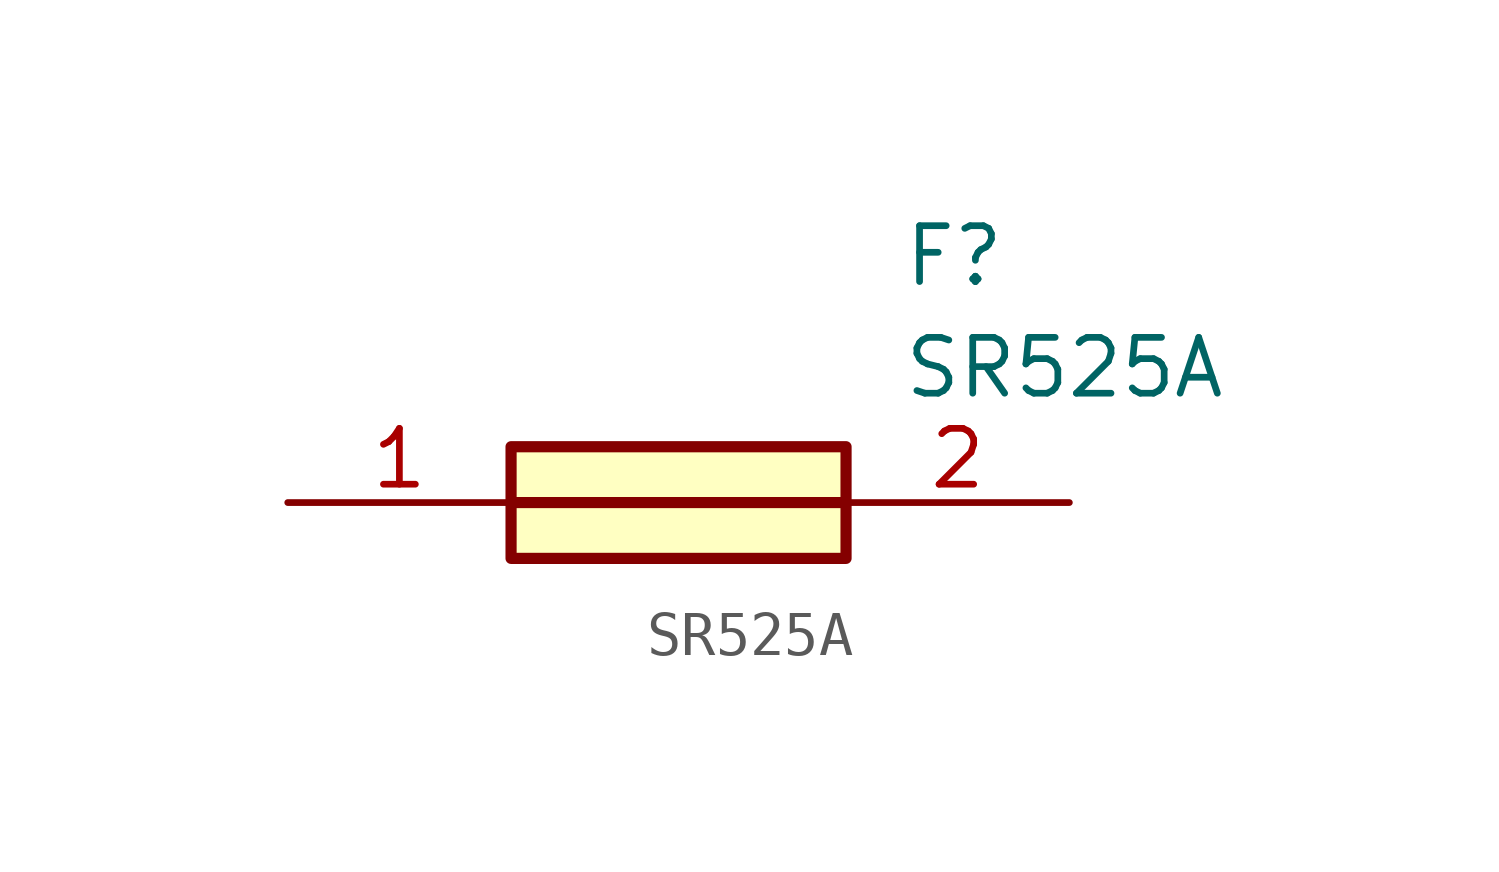
<source format=kicad_sym>
(kicad_symbol_lib
  (version 20241209)
  (generator "kicad_symbol_editor")
  (generator_version "9.0")
  (symbol "SR525A"
    (pin_names
      (hide yes))
    (property "Reference" "F"
      (at 13.97 6.35 0)
      (effects (font (size 1.27 1.27)) (justify left top)))
    (property "Value" "SR525A"
      (at 13.97 3.81 0)
      (effects (font (size 1.27 1.27)) (justify left top)))
    (symbol "SR525A_1_1"
      (rectangle (start 5.08 1.27) (end 12.7 -1.27) (stroke (width 0.254) (type default)) (fill (type background)))
      (polyline (pts (xy 5.08 0) (xy 12.7 0)) (stroke (width 0.254) (type default)) (fill (type none)))
      (pin passive line (at 0 0 0) (length 5.08) (name "1" (effects (font (size 1.27 1.27)))) (number "1" (effects (font (size 1.27 1.27)))))
      (pin passive line (at 17.78 0 180) (length 5.08) (name "2" (effects (font (size 1.27 1.27)))) (number "2" (effects (font (size 1.27 1.27))))))))
</source>
